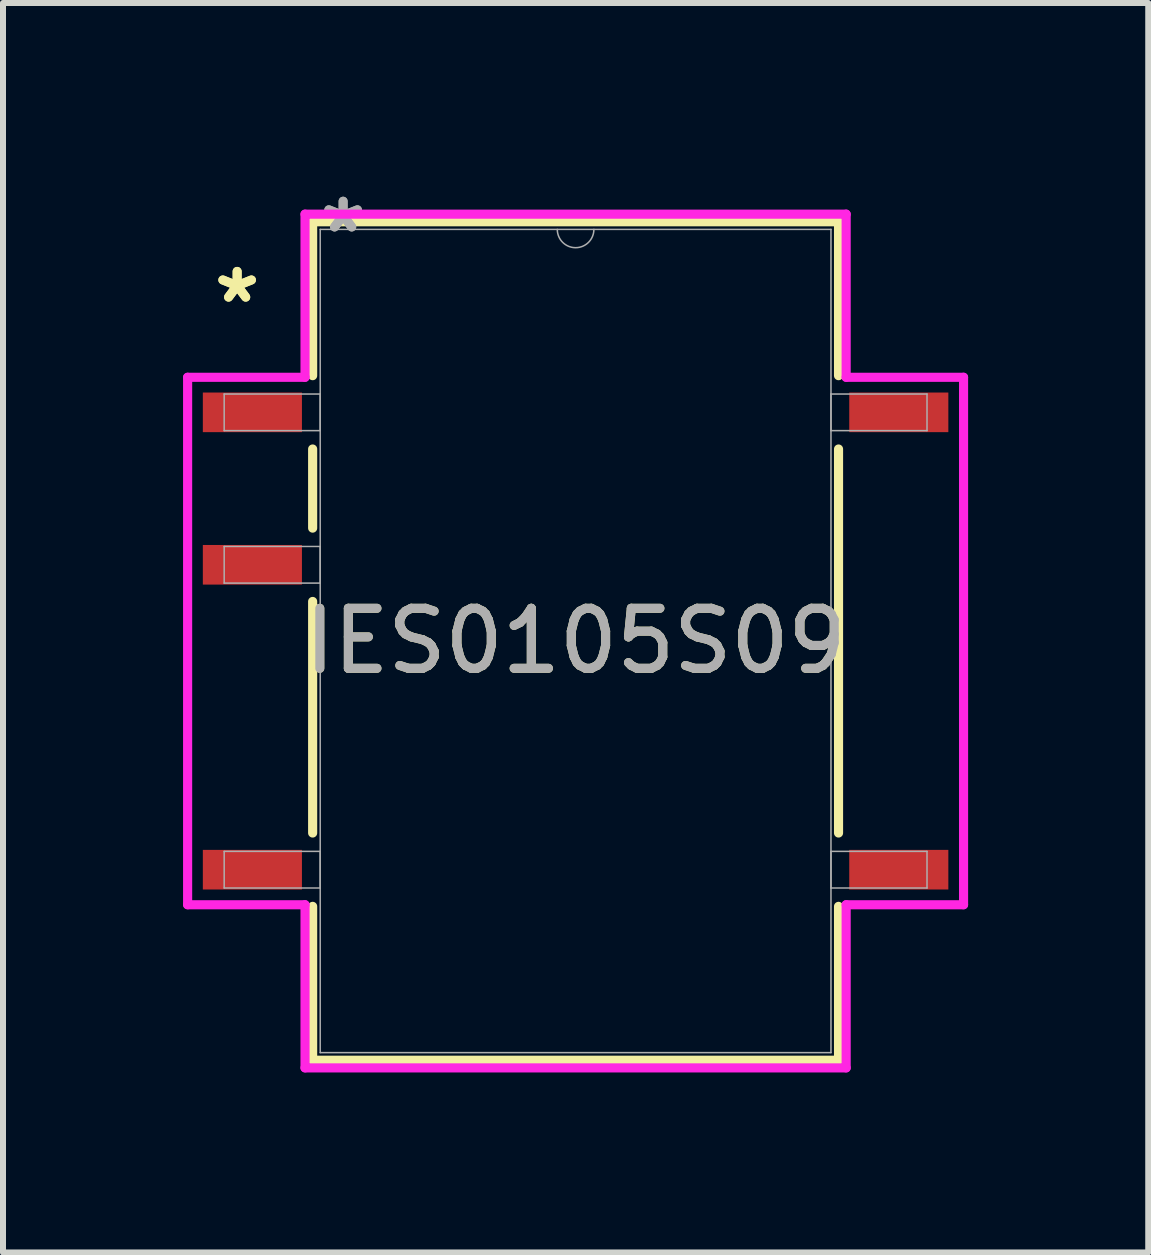
<source format=kicad_pcb>
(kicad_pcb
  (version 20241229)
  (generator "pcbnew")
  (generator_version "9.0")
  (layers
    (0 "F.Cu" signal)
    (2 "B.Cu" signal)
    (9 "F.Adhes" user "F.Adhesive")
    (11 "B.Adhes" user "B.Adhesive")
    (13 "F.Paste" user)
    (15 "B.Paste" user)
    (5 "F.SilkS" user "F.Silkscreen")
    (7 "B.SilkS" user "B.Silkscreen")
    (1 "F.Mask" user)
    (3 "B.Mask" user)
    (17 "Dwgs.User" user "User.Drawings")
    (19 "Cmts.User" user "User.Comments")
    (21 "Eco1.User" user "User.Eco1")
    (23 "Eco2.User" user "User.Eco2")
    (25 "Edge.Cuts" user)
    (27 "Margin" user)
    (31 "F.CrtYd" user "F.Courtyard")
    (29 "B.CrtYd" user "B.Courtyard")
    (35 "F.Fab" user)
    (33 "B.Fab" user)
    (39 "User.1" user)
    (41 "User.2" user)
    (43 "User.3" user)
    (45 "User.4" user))
  (footprint "IES0105S09"
    (layer "F.Cu")
    (at 6.54 7.63)
    (property "Reference" "IES0105S09" (at 0 0 0) (unlocked yes) (layer "F.SilkS") (effects (font (size 1 1) (thickness 0.15))))
    (attr smd)
    (fp_line (start -4.381 -6.985) (end -4.381 -4.421) (stroke (width 0.152) (type solid)) (layer "F.SilkS"))
    (fp_line (start -4.381 -3.199) (end -4.381 -1.881) (stroke (width 0.152) (type solid)) (layer "F.SilkS"))
    (fp_line (start -4.381 -0.659) (end -4.381 3.199) (stroke (width 0.152) (type solid)) (layer "F.SilkS"))
    (fp_line (start -4.381 4.421) (end -4.381 6.985) (stroke (width 0.152) (type solid)) (layer "F.SilkS"))
    (fp_line (start -4.381 6.985) (end 4.381 6.985) (stroke (width 0.152) (type solid)) (layer "F.SilkS"))
    (fp_line (start 4.381 -6.985) (end -4.381 -6.985) (stroke (width 0.152) (type solid)) (layer "F.SilkS"))
    (fp_line (start 4.381 -4.421) (end 4.381 -6.985) (stroke (width 0.152) (type solid)) (layer "F.SilkS"))
    (fp_line (start 4.381 3.199) (end 4.381 -3.199) (stroke (width 0.152) (type solid)) (layer "F.SilkS"))
    (fp_line (start 4.381 6.985) (end 4.381 4.421) (stroke (width 0.152) (type solid)) (layer "F.SilkS"))
    (fp_line (start -6.464 -4.394) (end -4.508 -4.394) (stroke (width 0.152) (type solid)) (layer "F.CrtYd"))
    (fp_line (start -6.464 4.394) (end -6.464 -4.394) (stroke (width 0.152) (type solid)) (layer "F.CrtYd"))
    (fp_line (start -6.464 4.394) (end -4.508 4.394) (stroke (width 0.152) (type solid)) (layer "F.CrtYd"))
    (fp_line (start -4.508 -7.112) (end 4.508 -7.112) (stroke (width 0.152) (type solid)) (layer "F.CrtYd"))
    (fp_line (start -4.508 -4.394) (end -4.508 -7.112) (stroke (width 0.152) (type solid)) (layer "F.CrtYd"))
    (fp_line (start -4.508 7.112) (end -4.508 4.394) (stroke (width 0.152) (type solid)) (layer "F.CrtYd"))
    (fp_line (start 4.508 -7.112) (end 4.508 -4.394) (stroke (width 0.152) (type solid)) (layer "F.CrtYd"))
    (fp_line (start 4.508 4.394) (end 4.508 7.112) (stroke (width 0.152) (type solid)) (layer "F.CrtYd"))
    (fp_line (start 4.508 7.112) (end -4.508 7.112) (stroke (width 0.152) (type solid)) (layer "F.CrtYd"))
    (fp_line (start 6.464 -4.394) (end 4.508 -4.394) (stroke (width 0.152) (type solid)) (layer "F.CrtYd"))
    (fp_line (start 6.464 -4.394) (end 6.464 4.394) (stroke (width 0.152) (type solid)) (layer "F.CrtYd"))
    (fp_line (start 6.464 4.394) (end 4.508 4.394) (stroke (width 0.152) (type solid)) (layer "F.CrtYd"))
    (fp_line (start -5.855 -4.115) (end -5.855 -3.505) (stroke (width 0.025) (type solid)) (layer "F.Fab"))
    (fp_line (start -5.855 -3.505) (end -4.255 -3.505) (stroke (width 0.025) (type solid)) (layer "F.Fab"))
    (fp_line (start -5.855 -1.575) (end -5.855 -0.965) (stroke (width 0.025) (type solid)) (layer "F.Fab"))
    (fp_line (start -5.855 -0.965) (end -4.255 -0.965) (stroke (width 0.025) (type solid)) (layer "F.Fab"))
    (fp_line (start -5.855 3.505) (end -5.855 4.115) (stroke (width 0.025) (type solid)) (layer "F.Fab"))
    (fp_line (start -5.855 4.115) (end -4.255 4.115) (stroke (width 0.025) (type solid)) (layer "F.Fab"))
    (fp_line (start -4.255 -6.858) (end -4.255 6.858) (stroke (width 0.025) (type solid)) (layer "F.Fab"))
    (fp_line (start -4.255 -4.115) (end -5.855 -4.115) (stroke (width 0.025) (type solid)) (layer "F.Fab"))
    (fp_line (start -4.255 -3.505) (end -4.255 -4.115) (stroke (width 0.025) (type solid)) (layer "F.Fab"))
    (fp_line (start -4.255 -1.575) (end -5.855 -1.575) (stroke (width 0.025) (type solid)) (layer "F.Fab"))
    (fp_line (start -4.255 -0.965) (end -4.255 -1.575) (stroke (width 0.025) (type solid)) (layer "F.Fab"))
    (fp_line (start -4.255 3.505) (end -5.855 3.505) (stroke (width 0.025) (type solid)) (layer "F.Fab"))
    (fp_line (start -4.255 4.115) (end -4.255 3.505) (stroke (width 0.025) (type solid)) (layer "F.Fab"))
    (fp_line (start -4.255 6.858) (end 4.255 6.858) (stroke (width 0.025) (type solid)) (layer "F.Fab"))
    (fp_line (start 4.255 -6.858) (end -4.255 -6.858) (stroke (width 0.025) (type solid)) (layer "F.Fab"))
    (fp_line (start 4.255 -4.115) (end 4.255 -3.505) (stroke (width 0.025) (type solid)) (layer "F.Fab"))
    (fp_line (start 4.255 -3.505) (end 5.855 -3.505) (stroke (width 0.025) (type solid)) (layer "F.Fab"))
    (fp_line (start 4.255 3.505) (end 4.255 4.115) (stroke (width 0.025) (type solid)) (layer "F.Fab"))
    (fp_line (start 4.255 4.115) (end 5.855 4.115) (stroke (width 0.025) (type solid)) (layer "F.Fab"))
    (fp_line (start 4.255 6.858) (end 4.255 -6.858) (stroke (width 0.025) (type solid)) (layer "F.Fab"))
    (fp_line (start 5.855 -4.115) (end 4.255 -4.115) (stroke (width 0.025) (type solid)) (layer "F.Fab"))
    (fp_line (start 5.855 -3.505) (end 5.855 -4.115) (stroke (width 0.025) (type solid)) (layer "F.Fab"))
    (fp_line (start 5.855 3.505) (end 4.255 3.505) (stroke (width 0.025) (type solid)) (layer "F.Fab"))
    (fp_line (start 5.855 4.115) (end 5.855 3.505) (stroke (width 0.025) (type solid)) (layer "F.Fab"))
    (fp_arc (start 0.3048 -6.858) (mid 0 -6.5532) (end -0.3048 -6.858) (stroke (width 0.0254) (type solid)) (layer "F.Fab"))
    (fp_text user "*" (at -5.639 -5.613 0) (unlocked yes) (layer "F.SilkS") (effects (font (size 1 1) (thickness 0.15))))
    (fp_text user "*" (at -5.639 -5.613 0) (layer "F.SilkS") (effects (font (size 1 1) (thickness 0.15))))
    (fp_text user "${REFERENCE}" (at 0 0 0) (unlocked yes) (layer "F.Fab") (effects (font (size 1 1) (thickness 0.15))))
    (fp_text user "*" (at -3.873 -6.782 0) (layer "F.Fab") (effects (font (size 1 1) (thickness 0.15))))
    (fp_text user "*" (at -3.873 -6.782 0) (unlocked yes) (layer "F.Fab") (effects (font (size 1 1) (thickness 0.15))))
    (pad "1" smd rect (at -5.385 -3.81) (size 1.651 0.66) (layers "F.Cu" "F.Mask" "F.Paste"))
    (pad "2" smd rect (at -5.385 -1.27) (size 1.651 0.66) (layers "F.Cu" "F.Mask" "F.Paste"))
    (pad "4" smd rect (at -5.385 3.81) (size 1.651 0.66) (layers "F.Cu" "F.Mask" "F.Paste"))
    (pad "5" smd rect (at 5.385 3.81) (size 1.651 0.66) (layers "F.Cu" "F.Mask" "F.Paste"))
    (pad "8" smd rect (at 5.385 -3.81) (size 1.651 0.66) (layers "F.Cu" "F.Mask" "F.Paste")))
  (gr_rect
    (start -3 -3)
    (end 16.081 17.818)
    (stroke (width 0.1) (type default))
    (fill no)
    (layer "Edge.Cuts")))
</source>
